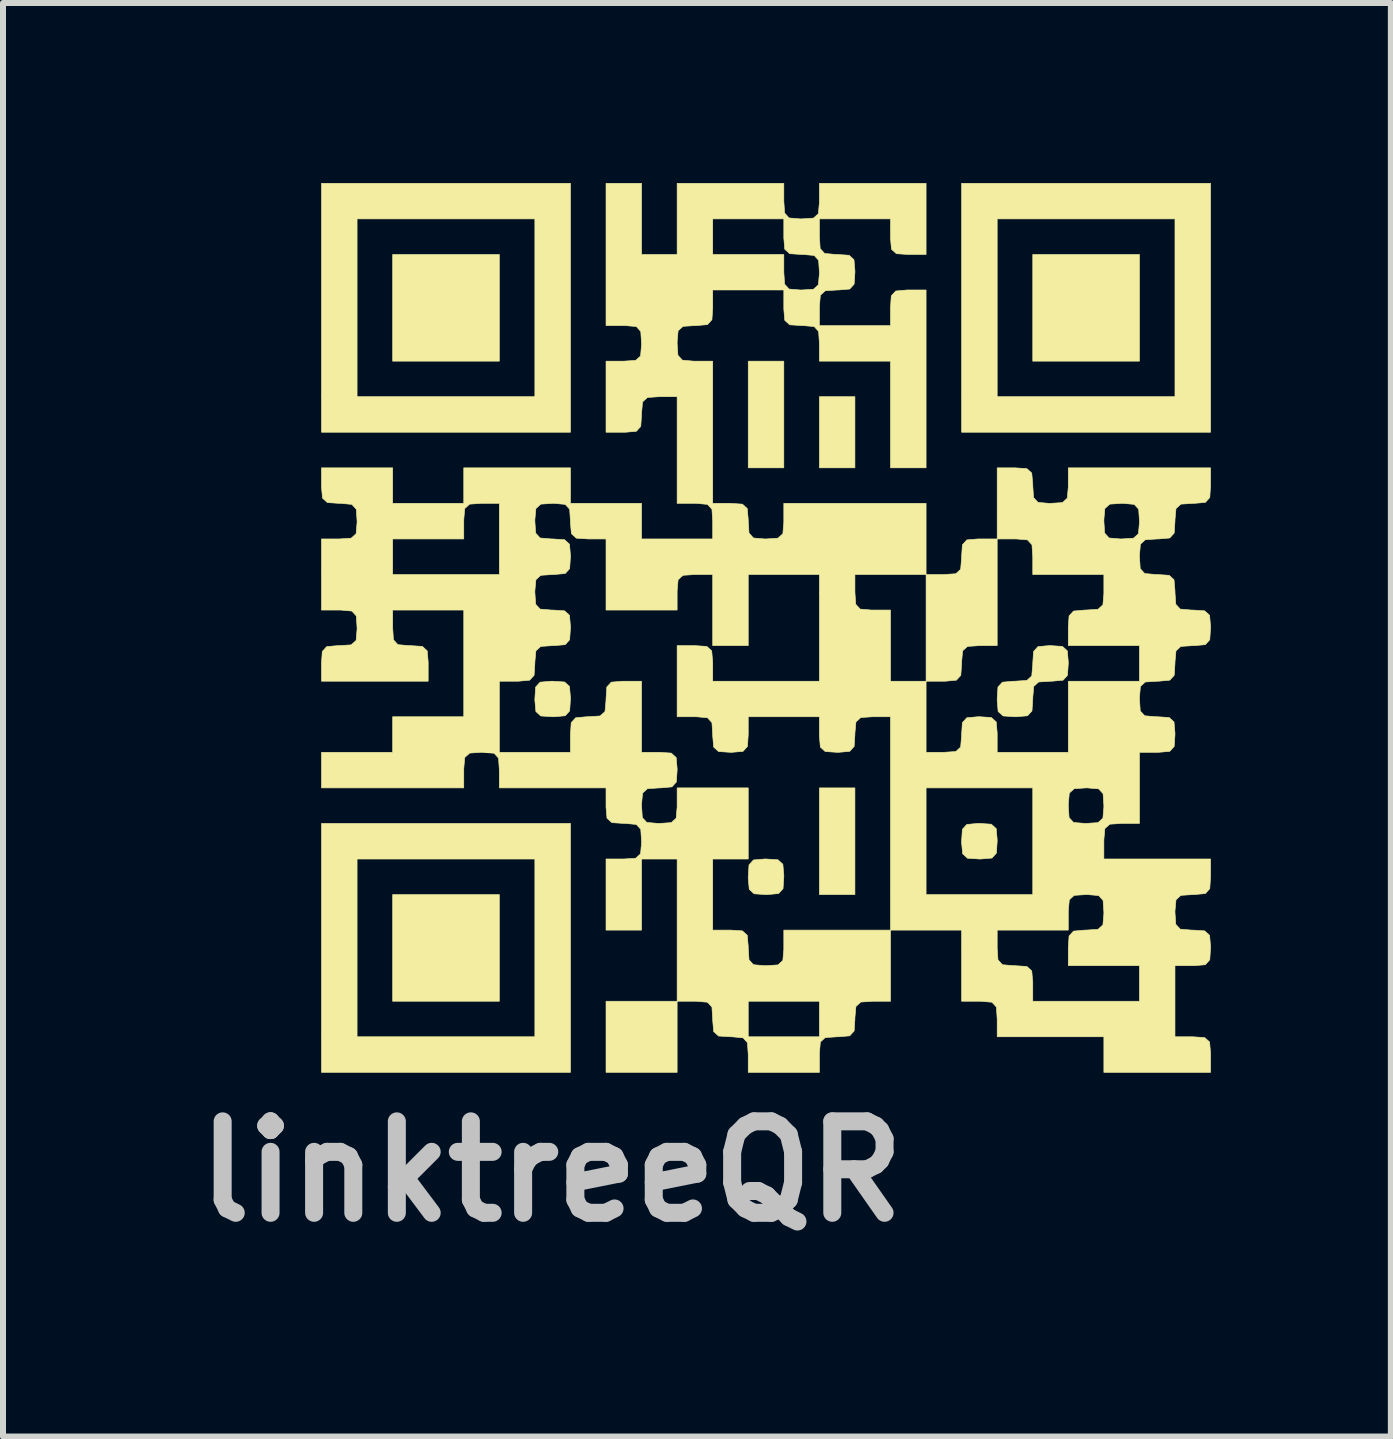
<source format=kicad_pcb>
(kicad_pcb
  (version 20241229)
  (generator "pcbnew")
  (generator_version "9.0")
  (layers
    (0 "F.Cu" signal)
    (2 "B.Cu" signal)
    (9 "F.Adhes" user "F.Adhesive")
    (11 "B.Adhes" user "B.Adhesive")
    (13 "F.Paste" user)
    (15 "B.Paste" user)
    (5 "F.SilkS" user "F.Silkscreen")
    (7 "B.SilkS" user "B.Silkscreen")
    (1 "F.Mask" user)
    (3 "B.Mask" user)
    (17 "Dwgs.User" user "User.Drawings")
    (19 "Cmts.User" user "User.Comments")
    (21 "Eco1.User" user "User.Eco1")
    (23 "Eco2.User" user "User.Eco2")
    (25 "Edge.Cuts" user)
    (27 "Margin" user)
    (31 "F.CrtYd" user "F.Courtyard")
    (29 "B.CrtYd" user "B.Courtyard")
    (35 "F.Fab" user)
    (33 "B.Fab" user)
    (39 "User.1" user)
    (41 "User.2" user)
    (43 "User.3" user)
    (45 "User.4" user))
  (footprint "linktreeQR"
    (layer "F.Cu")
    (at 9.759 7.456)
    (property "Reference" "linktreeQR" (at -3.619 9.017 0) (layer "Dwgs.User") (effects (font (size 1.524 1.524) (thickness 0.3))))
    (attr through_hole)
    (fp_poly (pts (xy -4.487 -4.487) (xy -6.265 -4.487) (xy -6.265 -6.265) (xy -4.487 -6.265) (xy -4.487 -4.487)) (stroke (width 0.01) (type solid)) (fill yes) (layer "F.SilkS"))
    (fp_poly (pts (xy -4.487 6.181) (xy -6.265 6.181) (xy -6.265 4.403) (xy -4.487 4.403) (xy -4.487 6.181)) (stroke (width 0.01) (type solid)) (fill yes) (layer "F.SilkS"))
    (fp_poly (pts (xy -1.524 7.366) (xy -2.709 7.366) (xy -2.709 6.181) (xy -1.524 6.181) (xy -1.524 7.366)) (stroke (width 0.01) (type solid)) (fill yes) (layer "F.SilkS"))
    (fp_poly (pts (xy 0.254 -2.709) (xy -0.339 -2.709) (xy -0.339 -4.487) (xy 0.254 -4.487) (xy 0.254 -2.709)) (stroke (width 0.01) (type solid)) (fill yes) (layer "F.SilkS"))
    (fp_poly (pts (xy 1.439 -2.709) (xy 0.847 -2.709) (xy 0.847 -3.895) (xy 1.439 -3.895) (xy 1.439 -2.709)) (stroke (width 0.01) (type solid)) (fill yes) (layer "F.SilkS"))
    (fp_poly (pts (xy 1.439 4.403) (xy 0.847 4.403) (xy 0.847 2.625) (xy 1.439 2.625) (xy 1.439 4.403)) (stroke (width 0.01) (type solid)) (fill yes) (layer "F.SilkS"))
    (fp_poly (pts (xy 6.181 -4.487) (xy 4.403 -4.487) (xy 4.403 -6.265) (xy 6.181 -6.265) (xy 6.181 -4.487)) (stroke (width 0.01) (type solid)) (fill yes) (layer "F.SilkS"))
    (fp_poly (pts (xy -3.302 -3.302) (xy -7.451 -3.302) (xy -7.451 -6.858) (xy -6.858 -6.858) (xy -6.858 -3.895) (xy -3.895 -3.895) (xy -3.895 -6.858) (xy -6.858 -6.858) (xy -7.451 -6.858) (xy -7.451 -7.451) (xy -3.302 -7.451) (xy -3.302 -3.302)) (stroke (width 0.01) (type solid)) (fill yes) (layer "F.SilkS"))
    (fp_poly (pts (xy -3.302 7.366) (xy -7.451 7.366) (xy -7.451 3.81) (xy -6.858 3.81) (xy -6.858 6.773) (xy -3.895 6.773) (xy -3.895 3.81) (xy -6.858 3.81) (xy -7.451 3.81) (xy -7.451 3.217) (xy -3.302 3.217) (xy -3.302 7.366)) (stroke (width 0.01) (type solid)) (fill yes) (layer "F.SilkS"))
    (fp_poly (pts (xy 7.366 -3.302) (xy 3.217 -3.302) (xy 3.217 -6.858) (xy 3.81 -6.858) (xy 3.81 -3.895) (xy 6.773 -3.895) (xy 6.773 -6.858) (xy 3.81 -6.858) (xy 3.217 -6.858) (xy 3.217 -7.451) (xy 7.366 -7.451) (xy 7.366 -3.302)) (stroke (width 0.01) (type solid)) (fill yes) (layer "F.SilkS"))
    (fp_poly (pts (xy -3.4 0.86) (xy -3.318 0.934) (xy -3.302 1.12) (xy -3.302 1.143) (xy -3.315 1.342) (xy -3.389 1.423) (xy -3.576 1.439) (xy -3.598 1.439) (xy -3.797 1.426) (xy -3.878 1.352) (xy -3.895 1.166) (xy -3.895 1.143) (xy -3.882 0.944) (xy -3.808 0.863) (xy -3.621 0.847) (xy -3.598 0.847) (xy -3.4 0.86)) (stroke (width 0.01) (type solid)) (fill yes) (layer "F.SilkS"))
    (fp_poly (pts (xy 0.156 3.823) (xy 0.238 3.897) (xy 0.254 4.084) (xy 0.254 4.106) (xy 0.241 4.305) (xy 0.167 4.386) (xy -0.02 4.403) (xy -0.042 4.403) (xy -0.241 4.39) (xy -0.322 4.316) (xy -0.339 4.129) (xy -0.339 4.106) (xy -0.326 3.908) (xy -0.252 3.826) (xy -0.065 3.81) (xy -0.042 3.81) (xy 0.156 3.823)) (stroke (width 0.01) (type solid)) (fill yes) (layer "F.SilkS"))
    (fp_poly (pts (xy 3.712 3.23) (xy 3.794 3.304) (xy 3.81 3.491) (xy 3.81 3.514) (xy 3.797 3.712) (xy 3.723 3.794) (xy 3.536 3.81) (xy 3.514 3.81) (xy 3.315 3.797) (xy 3.234 3.723) (xy 3.217 3.536) (xy 3.217 3.514) (xy 3.23 3.315) (xy 3.304 3.234) (xy 3.491 3.217) (xy 3.514 3.217) (xy 3.712 3.23)) (stroke (width 0.01) (type solid)) (fill yes) (layer "F.SilkS"))
    (fp_poly (pts (xy 4.898 0.267) (xy 4.979 0.341) (xy 4.995 0.528) (xy 4.995 0.55) (xy 4.982 0.749) (xy 4.908 0.83) (xy 4.722 0.847) (xy 4.699 0.847) (xy 4.5 0.86) (xy 4.419 0.934) (xy 4.403 1.12) (xy 4.403 1.143) (xy 4.39 1.342) (xy 4.316 1.423) (xy 4.129 1.439) (xy 4.106 1.439) (xy 3.908 1.426) (xy 3.826 1.352) (xy 3.81 1.166) (xy 3.81 1.143) (xy 3.823 0.944) (xy 3.897 0.863) (xy 4.084 0.847) (xy 4.106 0.847) (xy 4.305 0.834) (xy 4.386 0.76) (xy 4.403 0.573) (xy 4.403 0.55) (xy 4.416 0.352) (xy 4.49 0.27) (xy 4.676 0.254) (xy 4.699 0.254) (xy 4.898 0.267)) (stroke (width 0.01) (type solid)) (fill yes) (layer "F.SilkS"))
    (fp_poly (pts (xy -1.524 3.81) (xy -2.117 3.81) (xy -2.117 4.995) (xy -2.709 4.995) (xy -2.709 3.81) (xy -2.413 3.81) (xy -2.214 3.797) (xy -2.133 3.723) (xy -2.117 3.536) (xy -2.117 3.514) (xy -2.13 3.315) (xy -2.204 3.234) (xy -2.39 3.217) (xy -2.413 3.217) (xy -2.612 3.204) (xy -2.693 3.13) (xy -2.709 2.944) (xy -2.709 2.921) (xy -2.709 2.625) (xy -4.487 2.625) (xy -4.487 2.328) (xy -4.5 2.13) (xy -4.574 2.048) (xy -4.761 2.032) (xy -4.784 2.032) (xy -4.982 2.045) (xy -5.064 2.119) (xy -5.08 2.306) (xy -5.08 2.328) (xy -5.08 2.625) (xy -7.451 2.625) (xy -7.451 2.032) (xy -6.265 2.032) (xy -6.265 1.439) (xy -5.08 1.439) (xy -5.08 0.847) (xy -4.487 0.847) (xy -4.487 2.032) (xy -3.302 2.032) (xy -3.302 1.736) (xy -3.289 1.537) (xy -3.215 1.456) (xy -3.028 1.439) (xy -3.006 1.439) (xy -2.807 1.426) (xy -2.726 1.352) (xy -2.709 1.166) (xy -2.709 1.143) (xy -2.696 0.944) (xy -2.622 0.863) (xy -2.436 0.847) (xy -2.413 0.847) (xy -2.117 0.847) (xy -2.117 2.032) (xy -1.82 2.032) (xy -1.622 2.045) (xy -1.54 2.119) (xy -1.524 2.306) (xy -1.524 2.328) (xy -1.537 2.527) (xy -1.611 2.608) (xy -1.798 2.625) (xy -1.82 2.625) (xy -2.019 2.638) (xy -2.1 2.712) (xy -2.117 2.898) (xy -2.117 2.921) (xy -2.104 3.12) (xy -2.03 3.201) (xy -1.843 3.217) (xy -1.82 3.217) (xy -1.622 3.204) (xy -1.54 3.13) (xy -1.524 2.944) (xy -1.524 2.921) (xy -1.524 2.625) (xy -0.339 2.625) (xy -0.339 3.81) (xy -0.931 3.81) (xy -0.931 4.995) (xy -0.635 4.995) (xy -0.436 5.008) (xy -0.355 5.082) (xy -0.339 5.269) (xy -0.339 5.292) (xy -0.326 5.49) (xy -0.252 5.572) (xy -0.065 5.588) (xy -0.042 5.588) (xy 0.156 5.575) (xy 0.238 5.501) (xy 0.254 5.314) (xy 0.254 5.292) (xy 0.254 4.995) (xy 2.032 4.995) (xy 2.032 2.625) (xy 2.625 2.625) (xy 2.625 4.403) (xy 4.403 4.403) (xy 4.403 2.921) (xy 4.995 2.921) (xy 5.008 3.12) (xy 5.082 3.201) (xy 5.269 3.217) (xy 5.292 3.217) (xy 5.49 3.204) (xy 5.572 3.13) (xy 5.588 2.944) (xy 5.588 2.921) (xy 5.575 2.722) (xy 5.501 2.641) (xy 5.314 2.625) (xy 5.292 2.625) (xy 5.093 2.638) (xy 5.012 2.712) (xy 4.995 2.898) (xy 4.995 2.921) (xy 4.403 2.921) (xy 4.403 2.625) (xy 2.625 2.625) (xy 2.032 2.625) (xy 2.032 2.032) (xy 2.625 2.032) (xy 2.921 2.032) (xy 3.12 2.019) (xy 3.201 1.945) (xy 3.217 1.758) (xy 3.217 1.736) (xy 3.23 1.537) (xy 3.304 1.456) (xy 3.491 1.439) (xy 3.514 1.439) (xy 3.712 1.452) (xy 3.794 1.526) (xy 3.81 1.713) (xy 3.81 1.736) (xy 3.81 2.032) (xy 4.995 2.032) (xy 4.995 0.847) (xy 6.181 0.847) (xy 6.181 0.254) (xy 4.995 0.254) (xy 4.995 -0.042) (xy 5.008 -0.241) (xy 5.082 -0.322) (xy 5.269 -0.339) (xy 5.292 -0.339) (xy 5.49 -0.352) (xy 5.572 -0.426) (xy 5.588 -0.612) (xy 5.588 -0.635) (xy 5.588 -0.931) (xy 4.403 -0.931) (xy 4.403 -1.228) (xy 4.39 -1.426) (xy 4.316 -1.508) (xy 4.129 -1.524) (xy 4.106 -1.524) (xy 3.81 -1.524) (xy 3.81 0.254) (xy 3.514 0.254) (xy 3.315 0.267) (xy 3.234 0.341) (xy 3.217 0.528) (xy 3.217 0.55) (xy 3.204 0.749) (xy 3.13 0.83) (xy 2.944 0.847) (xy 2.921 0.847) (xy 2.625 0.847) (xy 2.625 2.032) (xy 2.032 2.032) (xy 2.032 1.439) (xy 1.736 1.439) (xy 1.537 1.452) (xy 1.456 1.526) (xy 1.439 1.713) (xy 1.439 1.736) (xy 1.426 1.934) (xy 1.352 2.016) (xy 1.166 2.032) (xy 1.143 2.032) (xy 0.944 2.019) (xy 0.863 1.945) (xy 0.847 1.758) (xy 0.847 1.736) (xy 0.847 1.439) (xy -0.339 1.439) (xy -0.339 1.736) (xy -0.352 1.934) (xy -0.426 2.016) (xy -0.612 2.032) (xy -0.635 2.032) (xy -0.834 2.019) (xy -0.915 1.945) (xy -0.931 1.758) (xy -0.931 1.736) (xy -0.944 1.537) (xy -1.018 1.456) (xy -1.205 1.439) (xy -1.228 1.439) (xy -1.524 1.439) (xy -1.524 0.254) (xy -1.228 0.254) (xy -1.029 0.267) (xy -0.948 0.341) (xy -0.931 0.528) (xy -0.931 0.55) (xy -0.931 0.847) (xy 0.847 0.847) (xy 0.847 -0.931) (xy 1.439 -0.931) (xy 1.439 -0.635) (xy 1.452 -0.436) (xy 1.526 -0.355) (xy 1.713 -0.339) (xy 1.736 -0.339) (xy 2.032 -0.339) (xy 2.032 0.847) (xy 2.625 0.847) (xy 2.625 -0.931) (xy 1.439 -0.931) (xy 0.847 -0.931) (xy -0.339 -0.931) (xy -0.339 0.254) (xy -0.931 0.254) (xy -0.931 -0.931) (xy -1.228 -0.931) (xy -1.426 -0.918) (xy -1.508 -0.844) (xy -1.524 -0.658) (xy -1.524 -0.635) (xy -1.524 -0.339) (xy -2.709 -0.339) (xy -2.709 -1.524) (xy -3.006 -1.524) (xy -3.204 -1.537) (xy -3.286 -1.611) (xy -3.302 -1.798) (xy -3.302 -1.82) (xy -3.315 -2.019) (xy -3.389 -2.1) (xy -3.576 -2.117) (xy -3.598 -2.117) (xy -3.797 -2.104) (xy -3.878 -2.03) (xy -3.895 -1.843) (xy -3.895 -1.82) (xy -3.882 -1.622) (xy -3.808 -1.54) (xy -3.621 -1.524) (xy -3.598 -1.524) (xy -3.4 -1.511) (xy -3.318 -1.437) (xy -3.302 -1.25) (xy -3.302 -1.228) (xy -3.315 -1.029) (xy -3.389 -0.948) (xy -3.576 -0.931) (xy -3.598 -0.931) (xy -3.797 -0.918) (xy -3.878 -0.844) (xy -3.895 -0.658) (xy -3.895 -0.635) (xy -3.882 -0.436) (xy -3.808 -0.355) (xy -3.621 -0.339) (xy -3.598 -0.339) (xy -3.4 -0.326) (xy -3.318 -0.252) (xy -3.302 -0.065) (xy -3.302 -0.042) (xy -3.315 0.156) (xy -3.389 0.238) (xy -3.576 0.254) (xy -3.598 0.254) (xy -3.797 0.267) (xy -3.878 0.341) (xy -3.895 0.528) (xy -3.895 0.55) (xy -3.908 0.749) (xy -3.982 0.83) (xy -4.168 0.847) (xy -4.191 0.847) (xy -4.487 0.847) (xy -5.08 0.847) (xy -5.08 -0.339) (xy -6.265 -0.339) (xy -6.265 -0.042) (xy -6.252 0.156) (xy -6.178 0.238) (xy -5.992 0.254) (xy -5.969 0.254) (xy -5.77 0.267) (xy -5.689 0.341) (xy -5.673 0.528) (xy -5.673 0.55) (xy -5.673 0.847) (xy -7.451 0.847) (xy -7.451 0.55) (xy -7.438 0.352) (xy -7.364 0.27) (xy -7.177 0.254) (xy -7.154 0.254) (xy -6.956 0.241) (xy -6.874 0.167) (xy -6.858 -0.02) (xy -6.858 -0.042) (xy -6.871 -0.241) (xy -6.945 -0.322) (xy -7.132 -0.339) (xy -7.154 -0.339) (xy -7.451 -0.339) (xy -7.451 -1.524) (xy -7.154 -1.524) (xy -6.265 -1.524) (xy -6.265 -0.931) (xy -4.487 -0.931) (xy -4.487 -2.117) (xy -4.784 -2.117) (xy -4.982 -2.104) (xy -5.064 -2.03) (xy -5.08 -1.843) (xy -5.08 -1.82) (xy -5.08 -1.524) (xy -6.265 -1.524) (xy -7.154 -1.524) (xy -6.956 -1.537) (xy -6.874 -1.611) (xy -6.858 -1.798) (xy -6.858 -1.82) (xy -6.871 -2.019) (xy -6.945 -2.1) (xy -7.132 -2.117) (xy -7.154 -2.117) (xy -7.353 -2.13) (xy -7.434 -2.204) (xy -7.451 -2.39) (xy -7.451 -2.413) (xy -7.451 -2.709) (xy -6.265 -2.709) (xy -6.265 -2.117) (xy -5.08 -2.117) (xy -5.08 -2.709) (xy -3.302 -2.709) (xy -3.302 -2.117) (xy -2.117 -2.117) (xy -2.117 -1.524) (xy -0.931 -1.524) (xy -0.931 -1.82) (xy -0.944 -2.019) (xy -1.018 -2.1) (xy -1.205 -2.117) (xy -1.228 -2.117) (xy -1.524 -2.117) (xy -1.524 -3.895) (xy -1.82 -3.895) (xy -2.019 -3.882) (xy -2.1 -3.808) (xy -2.117 -3.621) (xy -2.117 -3.598) (xy -2.13 -3.4) (xy -2.204 -3.318) (xy -2.39 -3.302) (xy -2.413 -3.302) (xy -2.709 -3.302) (xy -2.709 -4.487) (xy -2.413 -4.487) (xy -2.214 -4.5) (xy -2.133 -4.574) (xy -2.117 -4.761) (xy -2.117 -4.784) (xy -2.13 -4.982) (xy -2.204 -5.064) (xy -2.39 -5.08) (xy -2.413 -5.08) (xy -2.709 -5.08) (xy -2.709 -7.451) (xy -2.117 -7.451) (xy -2.117 -6.265) (xy -1.524 -6.265) (xy -1.524 -6.858) (xy -0.931 -6.858) (xy -0.931 -6.265) (xy 0.254 -6.265) (xy 0.254 -5.969) (xy 0.267 -5.77) (xy 0.341 -5.689) (xy 0.528 -5.673) (xy 0.55 -5.673) (xy 0.749 -5.686) (xy 0.83 -5.76) (xy 0.847 -5.946) (xy 0.847 -5.969) (xy 0.834 -6.168) (xy 0.76 -6.249) (xy 0.573 -6.265) (xy 0.55 -6.265) (xy 0.352 -6.278) (xy 0.27 -6.352) (xy 0.254 -6.539) (xy 0.254 -6.562) (xy 0.254 -6.858) (xy -0.931 -6.858) (xy -1.524 -6.858) (xy -1.524 -7.451) (xy 0.254 -7.451) (xy 0.254 -7.154) (xy 0.267 -6.956) (xy 0.341 -6.874) (xy 0.528 -6.858) (xy 0.55 -6.858) (xy 0.749 -6.871) (xy 0.83 -6.945) (xy 0.847 -7.132) (xy 0.847 -7.154) (xy 0.847 -7.451) (xy 2.625 -7.451) (xy 2.625 -6.265) (xy 2.328 -6.265) (xy 2.13 -6.278) (xy 2.048 -6.352) (xy 2.032 -6.539) (xy 2.032 -6.562) (xy 2.032 -6.858) (xy 0.847 -6.858) (xy 0.847 -6.562) (xy 0.86 -6.363) (xy 0.934 -6.282) (xy 1.12 -6.265) (xy 1.143 -6.265) (xy 1.342 -6.252) (xy 1.423 -6.178) (xy 1.439 -5.992) (xy 1.439 -5.969) (xy 1.426 -5.77) (xy 1.352 -5.689) (xy 1.166 -5.673) (xy 1.143 -5.673) (xy 0.944 -5.66) (xy 0.863 -5.586) (xy 0.847 -5.399) (xy 0.847 -5.376) (xy 0.847 -5.08) (xy 2.032 -5.08) (xy 2.032 -5.376) (xy 2.045 -5.575) (xy 2.119 -5.656) (xy 2.306 -5.673) (xy 2.328 -5.673) (xy 2.625 -5.673) (xy 2.625 -2.709) (xy 2.032 -2.709) (xy 2.032 -4.487) (xy 0.847 -4.487) (xy 0.847 -4.784) (xy 0.834 -4.982) (xy 0.76 -5.064) (xy 0.573 -5.08) (xy 0.55 -5.08) (xy 0.352 -5.093) (xy 0.27 -5.167) (xy 0.254 -5.354) (xy 0.254 -5.376) (xy 0.254 -5.673) (xy -0.931 -5.673) (xy -0.931 -5.376) (xy -0.944 -5.178) (xy -1.018 -5.096) (xy -1.205 -5.08) (xy -1.228 -5.08) (xy -1.426 -5.067) (xy -1.508 -4.993) (xy -1.524 -4.806) (xy -1.524 -4.784) (xy -1.511 -4.585) (xy -1.437 -4.504) (xy -1.25 -4.487) (xy -1.228 -4.487) (xy -0.931 -4.487) (xy -0.931 -2.117) (xy -0.635 -2.117) (xy -0.436 -2.104) (xy -0.355 -2.03) (xy -0.339 -1.843) (xy -0.339 -1.82) (xy -0.326 -1.622) (xy -0.252 -1.54) (xy -0.065 -1.524) (xy -0.042 -1.524) (xy 0.156 -1.537) (xy 0.238 -1.611) (xy 0.254 -1.798) (xy 0.254 -1.82) (xy 0.254 -2.117) (xy 2.625 -2.117) (xy 2.625 -0.931) (xy 2.921 -0.931) (xy 3.12 -0.944) (xy 3.201 -1.018) (xy 3.217 -1.205) (xy 3.217 -1.228) (xy 3.23 -1.426) (xy 3.304 -1.508) (xy 3.491 -1.524) (xy 3.514 -1.524) (xy 3.81 -1.524) (xy 3.81 -1.82) (xy 5.588 -1.82) (xy 5.601 -1.622) (xy 5.675 -1.54) (xy 5.862 -1.524) (xy 5.884 -1.524) (xy 6.083 -1.537) (xy 6.164 -1.611) (xy 6.181 -1.798) (xy 6.181 -1.82) (xy 6.168 -2.019) (xy 6.094 -2.1) (xy 5.907 -2.117) (xy 5.884 -2.117) (xy 5.686 -2.104) (xy 5.604 -2.03) (xy 5.588 -1.843) (xy 5.588 -1.82) (xy 3.81 -1.82) (xy 3.81 -2.709) (xy 4.106 -2.709) (xy 4.305 -2.696) (xy 4.386 -2.622) (xy 4.403 -2.436) (xy 4.403 -2.413) (xy 4.416 -2.214) (xy 4.49 -2.133) (xy 4.676 -2.117) (xy 4.699 -2.117) (xy 4.898 -2.13) (xy 4.979 -2.204) (xy 4.995 -2.39) (xy 4.995 -2.413) (xy 4.995 -2.709) (xy 7.366 -2.709) (xy 7.366 -2.413) (xy 7.353 -2.214) (xy 7.279 -2.133) (xy 7.092 -2.117) (xy 7.07 -2.117) (xy 6.871 -2.104) (xy 6.79 -2.03) (xy 6.773 -1.843) (xy 6.773 -1.82) (xy 6.76 -1.622) (xy 6.686 -1.54) (xy 6.5 -1.524) (xy 6.477 -1.524) (xy 6.278 -1.511) (xy 6.197 -1.437) (xy 6.181 -1.25) (xy 6.181 -1.228) (xy 6.194 -1.029) (xy 6.268 -0.948) (xy 6.454 -0.931) (xy 6.477 -0.931) (xy 6.676 -0.918) (xy 6.757 -0.844) (xy 6.773 -0.658) (xy 6.773 -0.635) (xy 6.786 -0.436) (xy 6.86 -0.355) (xy 7.047 -0.339) (xy 7.07 -0.339) (xy 7.268 -0.326) (xy 7.35 -0.252) (xy 7.366 -0.065) (xy 7.366 -0.042) (xy 7.353 0.156) (xy 7.279 0.238) (xy 7.092 0.254) (xy 7.07 0.254) (xy 6.871 0.267) (xy 6.79 0.341) (xy 6.773 0.528) (xy 6.773 0.55) (xy 6.76 0.749) (xy 6.686 0.83) (xy 6.5 0.847) (xy 6.477 0.847) (xy 6.278 0.86) (xy 6.197 0.934) (xy 6.181 1.12) (xy 6.181 1.143) (xy 6.194 1.342) (xy 6.268 1.423) (xy 6.454 1.439) (xy 6.477 1.439) (xy 6.676 1.452) (xy 6.757 1.526) (xy 6.773 1.713) (xy 6.773 1.736) (xy 6.76 1.934) (xy 6.686 2.016) (xy 6.5 2.032) (xy 6.477 2.032) (xy 6.181 2.032) (xy 6.181 3.217) (xy 5.884 3.217) (xy 5.686 3.23) (xy 5.604 3.304) (xy 5.588 3.491) (xy 5.588 3.514) (xy 5.588 3.81) (xy 7.366 3.81) (xy 7.366 4.106) (xy 7.353 4.305) (xy 7.279 4.386) (xy 7.092 4.403) (xy 7.07 4.403) (xy 6.871 4.416) (xy 6.79 4.49) (xy 6.773 4.676) (xy 6.773 4.699) (xy 6.786 4.898) (xy 6.86 4.979) (xy 7.047 4.995) (xy 7.07 4.995) (xy 7.268 5.008) (xy 7.35 5.082) (xy 7.366 5.269) (xy 7.366 5.292) (xy 7.353 5.49) (xy 7.279 5.572) (xy 7.092 5.588) (xy 7.07 5.588) (xy 6.773 5.588) (xy 6.773 6.773) (xy 7.07 6.773) (xy 7.268 6.786) (xy 7.35 6.86) (xy 7.366 7.047) (xy 7.366 7.07) (xy 7.366 7.366) (xy 5.588 7.366) (xy 5.588 6.773) (xy 3.81 6.773) (xy 3.81 6.477) (xy 3.797 6.278) (xy 3.723 6.197) (xy 3.536 6.181) (xy 3.514 6.181) (xy 3.217 6.181) (xy 3.217 4.995) (xy 3.81 4.995) (xy 3.81 5.292) (xy 3.823 5.49) (xy 3.897 5.572) (xy 4.084 5.588) (xy 4.106 5.588) (xy 4.305 5.601) (xy 4.386 5.675) (xy 4.403 5.862) (xy 4.403 5.884) (xy 4.403 6.181) (xy 6.181 6.181) (xy 6.181 5.588) (xy 4.995 5.588) (xy 4.995 5.292) (xy 5.008 5.093) (xy 5.082 5.012) (xy 5.269 4.995) (xy 5.292 4.995) (xy 5.49 4.982) (xy 5.572 4.908) (xy 5.588 4.722) (xy 5.588 4.699) (xy 5.575 4.5) (xy 5.501 4.419) (xy 5.314 4.403) (xy 5.292 4.403) (xy 5.093 4.416) (xy 5.012 4.49) (xy 4.995 4.676) (xy 4.995 4.699) (xy 4.995 4.995) (xy 3.81 4.995) (xy 3.217 4.995) (xy 2.032 4.995) (xy 2.032 6.181) (xy 1.736 6.181) (xy 1.537 6.194) (xy 1.456 6.268) (xy 1.439 6.454) (xy 1.439 6.477) (xy 1.426 6.676) (xy 1.352 6.757) (xy 1.166 6.773) (xy 1.143 6.773) (xy 0.944 6.786) (xy 0.863 6.86) (xy 0.847 7.047) (xy 0.847 7.07) (xy 0.847 7.366) (xy -0.339 7.366) (xy -0.339 7.07) (xy -0.352 6.871) (xy -0.426 6.79) (xy -0.612 6.773) (xy -0.635 6.773) (xy -0.834 6.76) (xy -0.915 6.686) (xy -0.931 6.5) (xy -0.931 6.477) (xy -0.944 6.278) (xy -1.018 6.197) (xy -1.205 6.181) (xy -1.228 6.181) (xy -0.339 6.181) (xy -0.339 6.773) (xy 0.847 6.773) (xy 0.847 6.181) (xy -0.339 6.181) (xy -1.228 6.181) (xy -1.524 6.181) (xy -1.524 3.81)) (stroke (width 0.01) (type solid)) (fill yes) (layer "F.SilkS")))
  (gr_rect
    (start -3 -3)
    (end 20.13 20.891)
    (stroke (width 0.1) (type default))
    (fill no)
    (layer "Edge.Cuts")))
</source>
